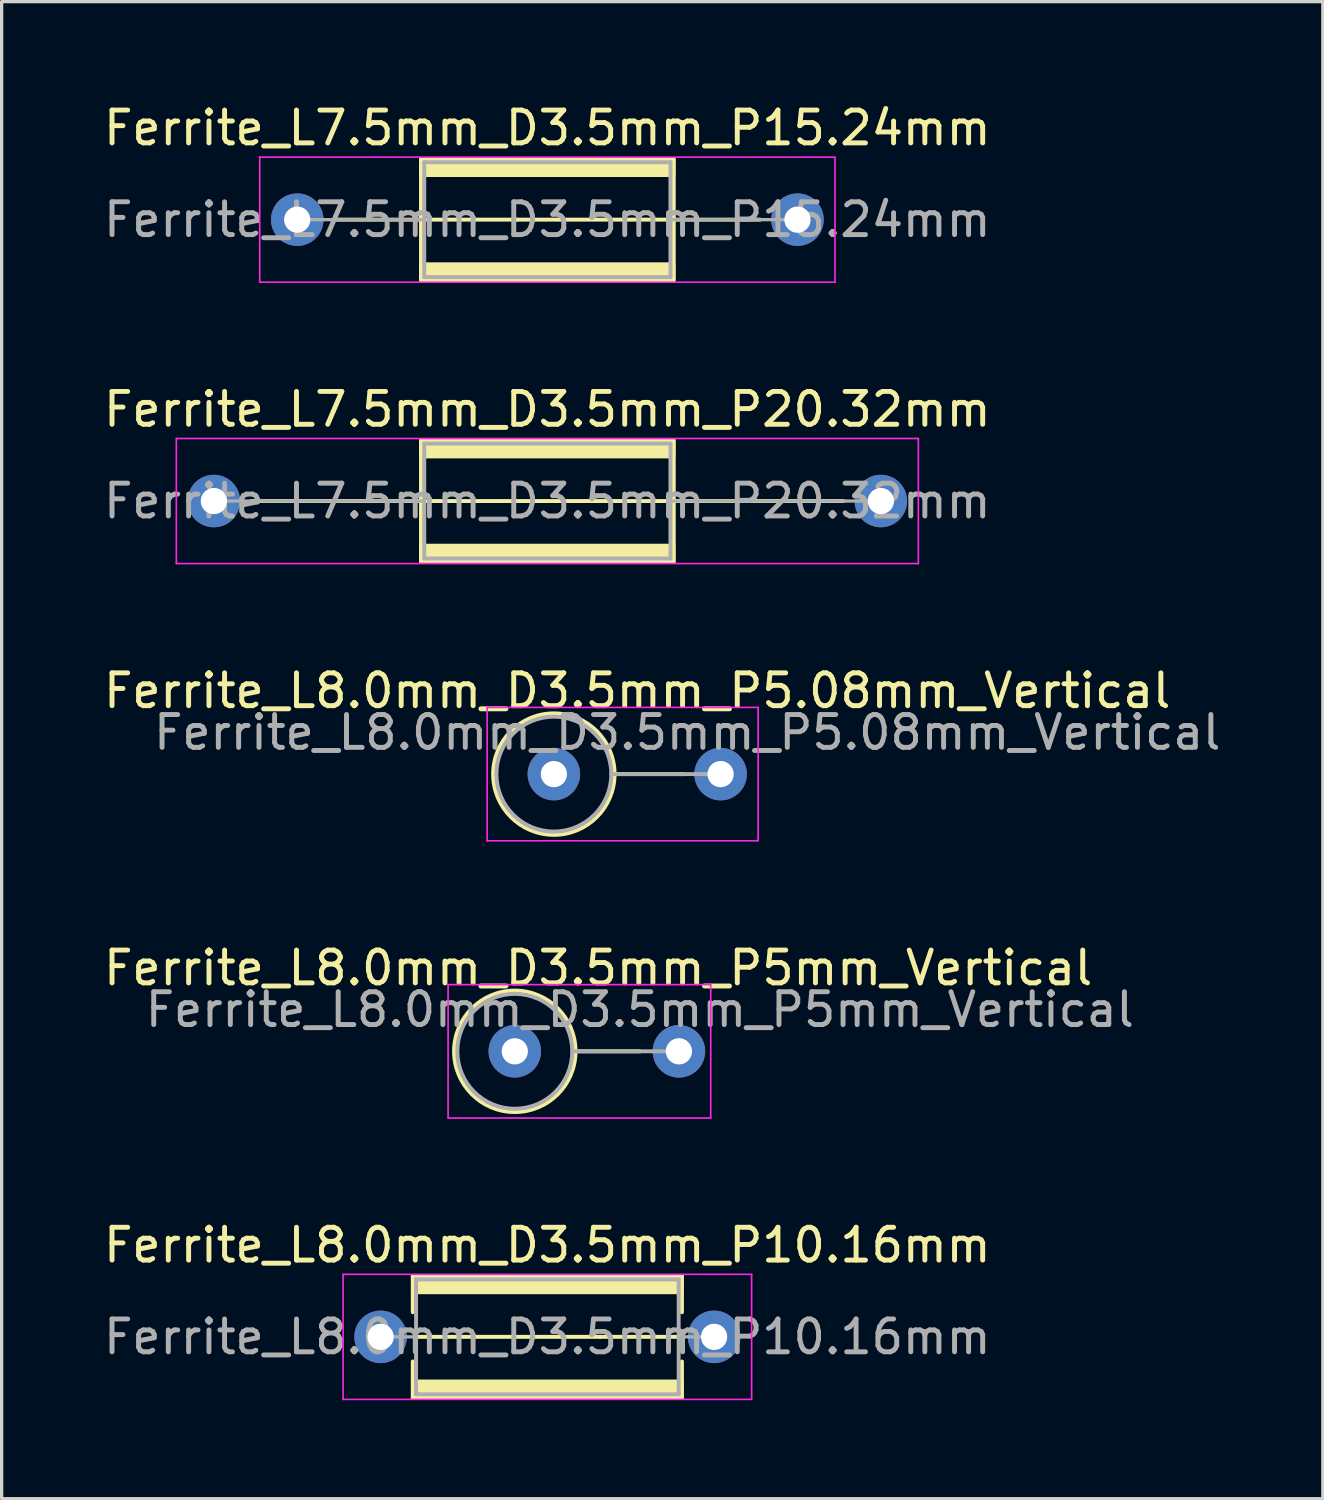
<source format=kicad_pcb>
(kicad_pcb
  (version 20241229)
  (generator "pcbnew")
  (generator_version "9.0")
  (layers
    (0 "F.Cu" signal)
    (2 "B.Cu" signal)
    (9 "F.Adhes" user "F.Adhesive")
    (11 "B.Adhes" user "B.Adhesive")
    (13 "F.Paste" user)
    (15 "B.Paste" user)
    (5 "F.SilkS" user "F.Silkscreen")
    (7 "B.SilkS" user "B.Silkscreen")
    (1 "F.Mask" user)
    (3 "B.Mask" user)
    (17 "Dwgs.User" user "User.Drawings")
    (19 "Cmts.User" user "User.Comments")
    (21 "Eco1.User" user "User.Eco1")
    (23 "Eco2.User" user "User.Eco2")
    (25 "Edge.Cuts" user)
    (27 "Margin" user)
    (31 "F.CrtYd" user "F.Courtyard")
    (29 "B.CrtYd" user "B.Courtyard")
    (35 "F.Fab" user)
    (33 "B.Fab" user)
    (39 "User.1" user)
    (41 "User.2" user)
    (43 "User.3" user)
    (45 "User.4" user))
  (footprint "Ferrite_L7.5mm_D3.5mm_P20.32mm"
    (layer "F.Cu")
    (at 3.465 12.214)
    (property "Reference" "Ferrite_L7.5mm_D3.5mm_P20.32mm" (at 10.16 -2.794 0) (layer "F.SilkS") (effects (font (size 1 1) (thickness 0.15))))
    (fp_line (start 6.694 0.000002) (end 1.143 0) (stroke (width 0.12) (type solid)) (layer "F.SilkS"))
    (fp_line (start 6.694 0.000002) (end 19.177 0) (stroke (width 0.12) (type solid)) (layer "F.SilkS"))
    (fp_rect (start 6.31 -1.85) (end 14.01 1.85) (stroke (width 0.12) (type solid)) (fill no) (layer "F.SilkS"))
    (fp_poly (pts (xy 6.31 1.35) (xy 14.01 1.35) (xy 14.01 1.85) (xy 6.31 1.85)) (stroke (width 0.1) (type solid)) (fill yes) (layer "F.SilkS"))
    (fp_poly (pts (xy 14.01 -1.35) (xy 6.31 -1.35) (xy 6.31 -1.85) (xy 14.01 -1.85)) (stroke (width 0.1) (type solid)) (fill yes) (layer "F.SilkS"))
    (fp_line (start -1.143 -1.905) (end 21.463 -1.905) (stroke (width 0.05) (type solid)) (layer "F.CrtYd"))
    (fp_line (start -1.143 1.905) (end -1.143 -1.905) (stroke (width 0.05) (type solid)) (layer "F.CrtYd"))
    (fp_line (start 21.463 -1.905) (end 21.463 1.905) (stroke (width 0.05) (type solid)) (layer "F.CrtYd"))
    (fp_line (start 21.463 1.905) (end -1.143 1.905) (stroke (width 0.05) (type solid)) (layer "F.CrtYd"))
    (fp_line (start 0 0) (end 6.41 0) (stroke (width 0.1) (type solid)) (layer "F.Fab"))
    (fp_line (start 6.41 -1.75) (end 13.91 -1.75) (stroke (width 0.12) (type solid)) (layer "F.Fab"))
    (fp_line (start 6.41 1.75) (end 6.41 -1.75) (stroke (width 0.12) (type solid)) (layer "F.Fab"))
    (fp_line (start 13.91 -1.75) (end 13.91 1.75) (stroke (width 0.12) (type solid)) (layer "F.Fab"))
    (fp_line (start 13.91 1.75) (end 6.41 1.75) (stroke (width 0.12) (type solid)) (layer "F.Fab"))
    (fp_line (start 20.32 0) (end 13.91 0) (stroke (width 0.1) (type solid)) (layer "F.Fab"))
    (fp_text user "${REFERENCE}" (at 10.16 0 0) (layer "F.Fab") (effects (font (size 1 1) (thickness 0.15))))
    (pad "1" thru_hole circle (at 0 0) (size 1.6 1.6) (drill 0.8) (layers "*.Cu" "*.Mask"))
    (pad "2" thru_hole circle (at 20.32 0) (size 1.6 1.6) (drill 0.8) (layers "*.Cu" "*.Mask")))
  (footprint "Ferrite_L8.0mm_D3.5mm_P5.08mm_Vertical"
    (layer "F.Cu")
    (at 13.823 20.533)
    (property "Reference" "Ferrite_L8.0mm_D3.5mm_P5.08mm_Vertical" (at 2.54 -2.54 0) (layer "F.SilkS") (effects (font (size 1 1) (thickness 0.15))))
    (fp_line (start 1.85 0) (end 3.937 0) (stroke (width 0.12) (type solid)) (layer "F.SilkS"))
    (fp_circle (center 0 0) (end 0 -1.85) (stroke (width 0.12) (type solid)) (fill no) (layer "F.SilkS"))
    (fp_line (start -2.032 -2.032) (end 6.223 -2.032) (stroke (width 0.05) (type solid)) (layer "F.CrtYd"))
    (fp_line (start -2.032 2.032) (end -2.032 -2.032) (stroke (width 0.05) (type solid)) (layer "F.CrtYd"))
    (fp_line (start 6.223 -2.032) (end 6.223 2.032) (stroke (width 0.05) (type solid)) (layer "F.CrtYd"))
    (fp_line (start 6.223 2.032) (end -2.032 2.032) (stroke (width 0.05) (type solid)) (layer "F.CrtYd"))
    (fp_line (start 1.75 0) (end 5.08 0) (stroke (width 0.12) (type solid)) (layer "F.Fab"))
    (fp_circle (center 0 0) (end 0 -1.75) (stroke (width 0.12) (type solid)) (fill no) (layer "F.Fab"))
    (fp_text user "${REFERENCE}" (at 4.064 -1.27 0) (layer "F.Fab") (effects (font (size 1 1) (thickness 0.15))))
    (pad "1" thru_hole circle (at 0 0) (size 1.6 1.6) (drill 0.8) (layers "*.Cu" "*.Mask"))
    (pad "2" thru_hole circle (at 5.08 0) (size 1.6 1.6) (drill 0.8) (layers "*.Cu" "*.Mask")))
  (footprint "Ferrite_L7.5mm_D3.5mm_P15.24mm"
    (layer "F.Cu")
    (at 6.005 3.642)
    (property "Reference" "Ferrite_L7.5mm_D3.5mm_P15.24mm" (at 7.62 -2.794 0) (layer "F.SilkS") (effects (font (size 1 1) (thickness 0.15))))
    (fp_line (start 6.694 0.000002) (end 1.143 0) (stroke (width 0.12) (type solid)) (layer "F.SilkS"))
    (fp_line (start 6.694 0.000002) (end 14.097 0) (stroke (width 0.12) (type solid)) (layer "F.SilkS"))
    (fp_rect (start 3.77 -1.85) (end 11.47 1.85) (stroke (width 0.12) (type solid)) (fill no) (layer "F.SilkS"))
    (fp_poly (pts (xy 3.77 1.35) (xy 11.47 1.35) (xy 11.47 1.85) (xy 3.77 1.85)) (stroke (width 0.1) (type solid)) (fill yes) (layer "F.SilkS"))
    (fp_poly (pts (xy 11.47 -1.35) (xy 3.77 -1.35) (xy 3.77 -1.85) (xy 11.47 -1.85)) (stroke (width 0.1) (type solid)) (fill yes) (layer "F.SilkS"))
    (fp_line (start -1.143 -1.905) (end 16.383 -1.905) (stroke (width 0.05) (type solid)) (layer "F.CrtYd"))
    (fp_line (start -1.143 1.905) (end -1.143 -1.905) (stroke (width 0.05) (type solid)) (layer "F.CrtYd"))
    (fp_line (start 16.383 -1.905) (end 16.383 1.905) (stroke (width 0.05) (type solid)) (layer "F.CrtYd"))
    (fp_line (start 16.383 1.905) (end -1.143 1.905) (stroke (width 0.05) (type solid)) (layer "F.CrtYd"))
    (fp_line (start 0 0) (end 3.87 0) (stroke (width 0.1) (type solid)) (layer "F.Fab"))
    (fp_line (start 3.87 -1.75) (end 11.37 -1.75) (stroke (width 0.12) (type solid)) (layer "F.Fab"))
    (fp_line (start 3.87 1.75) (end 3.87 -1.75) (stroke (width 0.12) (type solid)) (layer "F.Fab"))
    (fp_line (start 11.37 -1.75) (end 11.37 1.75) (stroke (width 0.12) (type solid)) (layer "F.Fab"))
    (fp_line (start 11.37 1.75) (end 3.87 1.75) (stroke (width 0.12) (type solid)) (layer "F.Fab"))
    (fp_line (start 15.24 0) (end 11.37 0) (stroke (width 0.1) (type solid)) (layer "F.Fab"))
    (fp_text user "${REFERENCE}" (at 7.62 0 0) (layer "F.Fab") (effects (font (size 1 1) (thickness 0.15))))
    (pad "1" thru_hole circle (at 0 0) (size 1.6 1.6) (drill 0.8) (layers "*.Cu" "*.Mask"))
    (pad "2" thru_hole circle (at 15.24 0) (size 1.6 1.6) (drill 0.8) (layers "*.Cu" "*.Mask")))
  (footprint "Ferrite_L8.0mm_D3.5mm_P5mm_Vertical"
    (layer "F.Cu")
    (at 12.633 28.978)
    (property "Reference" "Ferrite_L8.0mm_D3.5mm_P5mm_Vertical" (at 2.54 -2.54 0) (layer "F.SilkS") (effects (font (size 1 1) (thickness 0.15))))
    (fp_line (start 1.85 0) (end 3.81 0) (stroke (width 0.12) (type solid)) (layer "F.SilkS"))
    (fp_circle (center 0 0) (end 0 -1.85) (stroke (width 0.12) (type solid)) (fill no) (layer "F.SilkS"))
    (fp_line (start -2.032 -2.032) (end 5.969 -2.032) (stroke (width 0.05) (type solid)) (layer "F.CrtYd"))
    (fp_line (start -2.032 2.032) (end -2.032 -2.032) (stroke (width 0.05) (type solid)) (layer "F.CrtYd"))
    (fp_line (start 5.969 -2.032) (end 5.969 2.032) (stroke (width 0.05) (type solid)) (layer "F.CrtYd"))
    (fp_line (start 5.969 2.032) (end -2.032 2.032) (stroke (width 0.05) (type solid)) (layer "F.CrtYd"))
    (fp_line (start 1.75 0) (end 5 0) (stroke (width 0.12) (type solid)) (layer "F.Fab"))
    (fp_circle (center 0 0) (end 0 -1.75) (stroke (width 0.12) (type solid)) (fill no) (layer "F.Fab"))
    (fp_text user "${REFERENCE}" (at 3.81 -1.27 0) (layer "F.Fab") (effects (font (size 1 1) (thickness 0.15))))
    (pad "1" thru_hole circle (at 0 0) (size 1.6 1.6) (drill 0.8) (layers "*.Cu" "*.Mask"))
    (pad "2" thru_hole circle (at 5 0) (size 1.6 1.6) (drill 0.8) (layers "*.Cu" "*.Mask")))
  (footprint "Ferrite_L8.0mm_D3.5mm_P10.16mm"
    (layer "F.Cu")
    (at 8.545 37.677)
    (property "Reference" "Ferrite_L8.0mm_D3.5mm_P10.16mm" (at 5.08 -2.794 0) (layer "F.SilkS") (effects (font (size 1 1) (thickness 0.15))))
    (fp_line (start 0.98 -1.85) (end 0.98 -0.75) (stroke (width 0.12) (type solid)) (layer "F.SilkS"))
    (fp_line (start 0.98 0.75) (end 0.98 1.85) (stroke (width 0.12) (type solid)) (layer "F.SilkS"))
    (fp_line (start 0.98 1.85) (end 9.18 1.85) (stroke (width 0.12) (type solid)) (layer "F.SilkS"))
    (fp_line (start 6.694 0.000002) (end 1.143 0) (stroke (width 0.12) (type solid)) (layer "F.SilkS"))
    (fp_line (start 6.694 0.000002) (end 9.017 0) (stroke (width 0.12) (type solid)) (layer "F.SilkS"))
    (fp_line (start 9.18 -1.85) (end 0.98 -1.85) (stroke (width 0.12) (type solid)) (layer "F.SilkS"))
    (fp_line (start 9.18 -0.75) (end 9.18 -1.85) (stroke (width 0.12) (type solid)) (layer "F.SilkS"))
    (fp_line (start 9.18 1.85) (end 9.18 0.75) (stroke (width 0.12) (type solid)) (layer "F.SilkS"))
    (fp_poly (pts (xy 0.98 1.35) (xy 9.18 1.35) (xy 9.18 1.85) (xy 0.98 1.85)) (stroke (width 0.1) (type solid)) (fill yes) (layer "F.SilkS"))
    (fp_poly (pts (xy 9.18 -1.35) (xy 0.98 -1.35) (xy 0.98 -1.85) (xy 9.18 -1.85)) (stroke (width 0.1) (type solid)) (fill yes) (layer "F.SilkS"))
    (fp_line (start -1.143 -1.905) (end 11.303 -1.905) (stroke (width 0.05) (type solid)) (layer "F.CrtYd"))
    (fp_line (start -1.143 1.905) (end -1.143 -1.905) (stroke (width 0.05) (type solid)) (layer "F.CrtYd"))
    (fp_line (start 11.303 -1.905) (end 11.303 1.905) (stroke (width 0.05) (type solid)) (layer "F.CrtYd"))
    (fp_line (start 11.303 1.905) (end -1.143 1.905) (stroke (width 0.05) (type solid)) (layer "F.CrtYd"))
    (fp_line (start 1.08 -1.75) (end 9.08 -1.75) (stroke (width 0.12) (type solid)) (layer "F.Fab"))
    (fp_line (start 1.08 0) (end 0 0) (stroke (width 0.1) (type solid)) (layer "F.Fab"))
    (fp_line (start 1.08 1.75) (end 1.08 -1.75) (stroke (width 0.12) (type solid)) (layer "F.Fab"))
    (fp_line (start 9.08 1.75) (end 1.08 1.75) (stroke (width 0.12) (type solid)) (layer "F.Fab"))
    (fp_line (start 9.08 1.75) (end 9.08 -1.75) (stroke (width 0.12) (type solid)) (layer "F.Fab"))
    (fp_line (start 10.16 0) (end 9.08 0) (stroke (width 0.1) (type solid)) (layer "F.Fab"))
    (fp_text user "${REFERENCE}" (at 5.08 0 0) (layer "F.Fab") (effects (font (size 1 1) (thickness 0.15))))
    (pad "1" thru_hole circle (at 0 0) (size 1.6 1.6) (drill 0.8) (layers "*.Cu" "*.Mask"))
    (pad "2" thru_hole circle (at 10.16 0) (size 1.6 1.6) (drill 0.8) (layers "*.Cu" "*.Mask")))
  (gr_rect
    (start -3 -3)
    (end 37.25 42.607)
    (stroke (width 0.1) (type default))
    (fill no)
    (layer "Edge.Cuts")))
</source>
